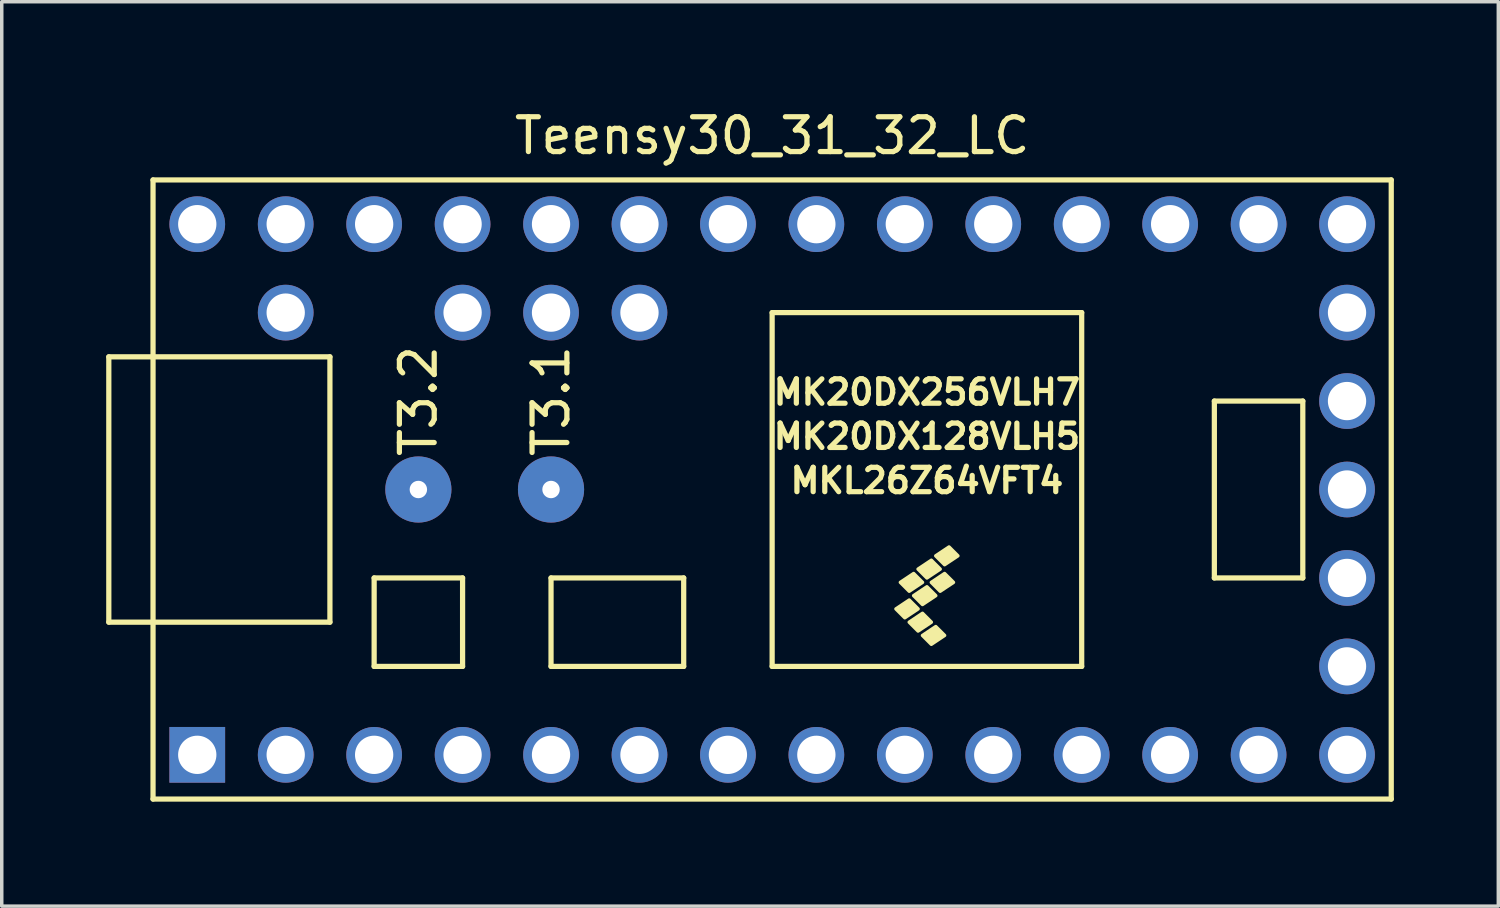
<source format=kicad_pcb>
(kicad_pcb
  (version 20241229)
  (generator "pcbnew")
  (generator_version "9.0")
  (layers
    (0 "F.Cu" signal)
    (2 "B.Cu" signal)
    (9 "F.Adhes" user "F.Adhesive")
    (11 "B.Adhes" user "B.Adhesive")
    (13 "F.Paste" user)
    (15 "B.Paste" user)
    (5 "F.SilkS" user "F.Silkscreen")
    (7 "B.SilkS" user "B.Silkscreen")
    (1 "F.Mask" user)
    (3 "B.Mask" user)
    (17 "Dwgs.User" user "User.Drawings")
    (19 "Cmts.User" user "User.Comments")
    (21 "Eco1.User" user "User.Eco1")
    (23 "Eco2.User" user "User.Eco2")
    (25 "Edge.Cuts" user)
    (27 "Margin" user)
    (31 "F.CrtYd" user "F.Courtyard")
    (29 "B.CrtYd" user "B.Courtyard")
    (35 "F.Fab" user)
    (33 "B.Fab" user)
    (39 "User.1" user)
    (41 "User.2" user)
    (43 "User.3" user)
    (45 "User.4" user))
  (footprint "Teensy30_31_32_LC"
    (layer "F.Cu")
    (at 19.125 11.008)
    (property "Reference" "Teensy30_31_32_LC" (at 0 -10.16 0) (layer "F.SilkS") (effects (font (size 1 1) (thickness 0.15))))
    (attr through_hole)
    (fp_line (start -19.05 -3.81) (end -17.78 -3.81) (stroke (width 0.15) (type solid)) (layer "F.SilkS"))
    (fp_line (start -19.05 3.81) (end -19.05 -3.81) (stroke (width 0.15) (type solid)) (layer "F.SilkS"))
    (fp_line (start -17.78 -8.89) (end 17.78 -8.89) (stroke (width 0.15) (type solid)) (layer "F.SilkS"))
    (fp_line (start -17.78 3.81) (end -19.05 3.81) (stroke (width 0.15) (type solid)) (layer "F.SilkS"))
    (fp_line (start -17.78 8.89) (end -17.78 -8.89) (stroke (width 0.15) (type solid)) (layer "F.SilkS"))
    (fp_line (start -12.7 -3.81) (end -17.78 -3.81) (stroke (width 0.15) (type solid)) (layer "F.SilkS"))
    (fp_line (start -12.7 3.81) (end -17.78 3.81) (stroke (width 0.15) (type solid)) (layer "F.SilkS"))
    (fp_line (start -12.7 3.81) (end -12.7 -3.81) (stroke (width 0.15) (type solid)) (layer "F.SilkS"))
    (fp_line (start -11.43 2.54) (end -11.43 5.08) (stroke (width 0.15) (type solid)) (layer "F.SilkS"))
    (fp_line (start -11.43 5.08) (end -8.89 5.08) (stroke (width 0.15) (type solid)) (layer "F.SilkS"))
    (fp_line (start -8.89 2.54) (end -11.43 2.54) (stroke (width 0.15) (type solid)) (layer "F.SilkS"))
    (fp_line (start -8.89 5.08) (end -8.89 2.54) (stroke (width 0.15) (type solid)) (layer "F.SilkS"))
    (fp_line (start -6.35 2.54) (end -6.35 5.08) (stroke (width 0.15) (type solid)) (layer "F.SilkS"))
    (fp_line (start -6.35 5.08) (end -2.54 5.08) (stroke (width 0.15) (type solid)) (layer "F.SilkS"))
    (fp_line (start -2.54 2.54) (end -6.35 2.54) (stroke (width 0.15) (type solid)) (layer "F.SilkS"))
    (fp_line (start -2.54 5.08) (end -2.54 2.54) (stroke (width 0.15) (type solid)) (layer "F.SilkS"))
    (fp_line (start 0 -5.08) (end 0 5.08) (stroke (width 0.15) (type solid)) (layer "F.SilkS"))
    (fp_line (start 8.89 -5.08) (end 0 -5.08) (stroke (width 0.15) (type solid)) (layer "F.SilkS"))
    (fp_line (start 8.89 5.08) (end 0 5.08) (stroke (width 0.15) (type solid)) (layer "F.SilkS"))
    (fp_line (start 8.89 5.08) (end 8.89 -5.08) (stroke (width 0.15) (type solid)) (layer "F.SilkS"))
    (fp_line (start 12.7 -2.54) (end 15.24 -2.54) (stroke (width 0.15) (type solid)) (layer "F.SilkS"))
    (fp_line (start 12.7 2.54) (end 12.7 -2.54) (stroke (width 0.15) (type solid)) (layer "F.SilkS"))
    (fp_line (start 15.24 -2.54) (end 15.24 2.54) (stroke (width 0.15) (type solid)) (layer "F.SilkS"))
    (fp_line (start 15.24 2.54) (end 12.7 2.54) (stroke (width 0.15) (type solid)) (layer "F.SilkS"))
    (fp_line (start 17.78 -8.89) (end 17.78 8.89) (stroke (width 0.15) (type solid)) (layer "F.SilkS"))
    (fp_line (start 17.78 8.89) (end -17.78 8.89) (stroke (width 0.15) (type solid)) (layer "F.SilkS"))
    (fp_poly (pts (xy 3.81 3.683) (xy 3.556 3.429) (xy 3.937 3.175) (xy 4.191 3.429)) (stroke (width 0.1) (type solid)) (fill yes) (layer "F.SilkS"))
    (fp_poly (pts (xy 3.937 2.921) (xy 3.683 2.667) (xy 4.064 2.413) (xy 4.318 2.667)) (stroke (width 0.1) (type solid)) (fill yes) (layer "F.SilkS"))
    (fp_poly (pts (xy 4.191 4.064) (xy 3.937 3.81) (xy 4.318 3.556) (xy 4.572 3.81)) (stroke (width 0.1) (type solid)) (fill yes) (layer "F.SilkS"))
    (fp_poly (pts (xy 4.318 3.302) (xy 4.064 3.048) (xy 4.445 2.794) (xy 4.699 3.048)) (stroke (width 0.1) (type solid)) (fill yes) (layer "F.SilkS"))
    (fp_poly (pts (xy 4.445 2.54) (xy 4.191 2.286) (xy 4.572 2.032) (xy 4.826 2.286)) (stroke (width 0.1) (type solid)) (fill yes) (layer "F.SilkS"))
    (fp_poly (pts (xy 4.572 4.445) (xy 4.318 4.191) (xy 4.699 3.937) (xy 4.953 4.191)) (stroke (width 0.1) (type solid)) (fill yes) (layer "F.SilkS"))
    (fp_poly (pts (xy 4.826 2.921) (xy 4.572 2.667) (xy 4.953 2.413) (xy 5.207 2.667)) (stroke (width 0.1) (type solid)) (fill yes) (layer "F.SilkS"))
    (fp_poly (pts (xy 4.953 2.159) (xy 4.699 1.905) (xy 5.08 1.651) (xy 5.334 1.905)) (stroke (width 0.1) (type solid)) (fill yes) (layer "F.SilkS"))
    (fp_text user "T3.1" (at -6.35 -2.54 90) (layer "F.SilkS") (effects (font (size 1 1) (thickness 0.15))))
    (fp_text user "T3.2" (at -10.16 -2.54 90) (layer "F.SilkS") (effects (font (size 1 1) (thickness 0.15))))
    (fp_text user "MK20DX128VLH5" (at 4.445 -1.524 0) (layer "F.SilkS") (effects (font (size 0.7 0.7) (thickness 0.15))))
    (fp_text user "MKL26Z64VFT4" (at 4.445 -0.254 0) (layer "F.SilkS") (effects (font (size 0.7 0.7) (thickness 0.15))))
    (fp_text user "MK20DX256VLH7" (at 4.445 -2.794 0) (layer "F.SilkS") (effects (font (size 0.7 0.7) (thickness 0.15))))
    (pad "1" thru_hole rect (at -16.51 7.62) (size 1.6 1.6) (drill 1.1) (layers "*.Cu" "*.Mask"))
    (pad "2" thru_hole circle (at -13.97 7.62) (size 1.6 1.6) (drill 1.1) (layers "*.Cu" "*.Mask"))
    (pad "3" thru_hole circle (at -11.43 7.62) (size 1.6 1.6) (drill 1.1) (layers "*.Cu" "*.Mask"))
    (pad "4" thru_hole circle (at -8.89 7.62) (size 1.6 1.6) (drill 1.1) (layers "*.Cu" "*.Mask"))
    (pad "5" thru_hole circle (at -6.35 7.62) (size 1.6 1.6) (drill 1.1) (layers "*.Cu" "*.Mask"))
    (pad "6" thru_hole circle (at -3.81 7.62) (size 1.6 1.6) (drill 1.1) (layers "*.Cu" "*.Mask"))
    (pad "7" thru_hole circle (at -1.27 7.62) (size 1.6 1.6) (drill 1.1) (layers "*.Cu" "*.Mask"))
    (pad "8" thru_hole circle (at 1.27 7.62) (size 1.6 1.6) (drill 1.1) (layers "*.Cu" "*.Mask"))
    (pad "9" thru_hole circle (at 3.81 7.62) (size 1.6 1.6) (drill 1.1) (layers "*.Cu" "*.Mask"))
    (pad "10" thru_hole circle (at 6.35 7.62) (size 1.6 1.6) (drill 1.1) (layers "*.Cu" "*.Mask"))
    (pad "11" thru_hole circle (at 8.89 7.62) (size 1.6 1.6) (drill 1.1) (layers "*.Cu" "*.Mask"))
    (pad "12" thru_hole circle (at 11.43 7.62) (size 1.6 1.6) (drill 1.1) (layers "*.Cu" "*.Mask"))
    (pad "13" thru_hole circle (at 13.97 7.62) (size 1.6 1.6) (drill 1.1) (layers "*.Cu" "*.Mask"))
    (pad "14" thru_hole circle (at 16.51 7.62) (size 1.6 1.6) (drill 1.1) (layers "*.Cu" "*.Mask"))
    (pad "15" thru_hole circle (at 16.51 5.08) (size 1.6 1.6) (drill 1.1) (layers "*.Cu" "*.Mask"))
    (pad "16" thru_hole circle (at 16.51 2.54) (size 1.6 1.6) (drill 1.1) (layers "*.Cu" "*.Mask"))
    (pad "17" thru_hole circle (at 16.51 0) (size 1.6 1.6) (drill 1.1) (layers "*.Cu" "*.Mask"))
    (pad "18" thru_hole circle (at 16.51 -2.54) (size 1.6 1.6) (drill 1.1) (layers "*.Cu" "*.Mask"))
    (pad "19" thru_hole circle (at 16.51 -5.08) (size 1.6 1.6) (drill 1.1) (layers "*.Cu" "*.Mask"))
    (pad "20" thru_hole circle (at 16.51 -7.62) (size 1.6 1.6) (drill 1.1) (layers "*.Cu" "*.Mask"))
    (pad "21" thru_hole circle (at 13.97 -7.62) (size 1.6 1.6) (drill 1.1) (layers "*.Cu" "*.Mask"))
    (pad "22" thru_hole circle (at 11.43 -7.62) (size 1.6 1.6) (drill 1.1) (layers "*.Cu" "*.Mask"))
    (pad "23" thru_hole circle (at 8.89 -7.62) (size 1.6 1.6) (drill 1.1) (layers "*.Cu" "*.Mask"))
    (pad "24" thru_hole circle (at 6.35 -7.62) (size 1.6 1.6) (drill 1.1) (layers "*.Cu" "*.Mask"))
    (pad "25" thru_hole circle (at 3.81 -7.62) (size 1.6 1.6) (drill 1.1) (layers "*.Cu" "*.Mask"))
    (pad "26" thru_hole circle (at 1.27 -7.62) (size 1.6 1.6) (drill 1.1) (layers "*.Cu" "*.Mask"))
    (pad "27" thru_hole circle (at -1.27 -7.62) (size 1.6 1.6) (drill 1.1) (layers "*.Cu" "*.Mask"))
    (pad "28" thru_hole circle (at -3.81 -7.62) (size 1.6 1.6) (drill 1.1) (layers "*.Cu" "*.Mask"))
    (pad "29" thru_hole circle (at -6.35 -7.62) (size 1.6 1.6) (drill 1.1) (layers "*.Cu" "*.Mask"))
    (pad "30" thru_hole circle (at -8.89 -7.62) (size 1.6 1.6) (drill 1.1) (layers "*.Cu" "*.Mask"))
    (pad "31" thru_hole circle (at -11.43 -7.62) (size 1.6 1.6) (drill 1.1) (layers "*.Cu" "*.Mask"))
    (pad "32" thru_hole circle (at -13.97 -7.62) (size 1.6 1.6) (drill 1.1) (layers "*.Cu" "*.Mask"))
    (pad "33" thru_hole circle (at -16.51 -7.62) (size 1.6 1.6) (drill 1.1) (layers "*.Cu" "*.Mask"))
    (pad "34" thru_hole circle (at -13.97 -5.08) (size 1.6 1.6) (drill 1.1) (layers "*.Cu" "*.Mask"))
    (pad "35" thru_hole circle (at -8.89 -5.08) (size 1.6 1.6) (drill 1.1) (layers "*.Cu" "*.Mask"))
    (pad "36" thru_hole circle (at -6.35 -5.08) (size 1.6 1.6) (drill 1.1) (layers "*.Cu" "*.Mask"))
    (pad "37" thru_hole circle (at -3.81 -5.08) (size 1.6 1.6) (drill 1.1) (layers "*.Cu" "*.Mask"))
    (pad "38" thru_hole circle (at -10.16 0) (size 1.9 1.9) (drill 0.5) (layers "*.Cu" "*.Mask"))
    (pad "38" thru_hole circle (at -6.35 0) (size 1.9 1.9) (drill 0.5) (layers "*.Cu" "*.Mask")))
  (gr_rect
    (start -3 -3)
    (end 39.98 22.973)
    (stroke (width 0.1) (type default))
    (fill no)
    (layer "Edge.Cuts")))
</source>
